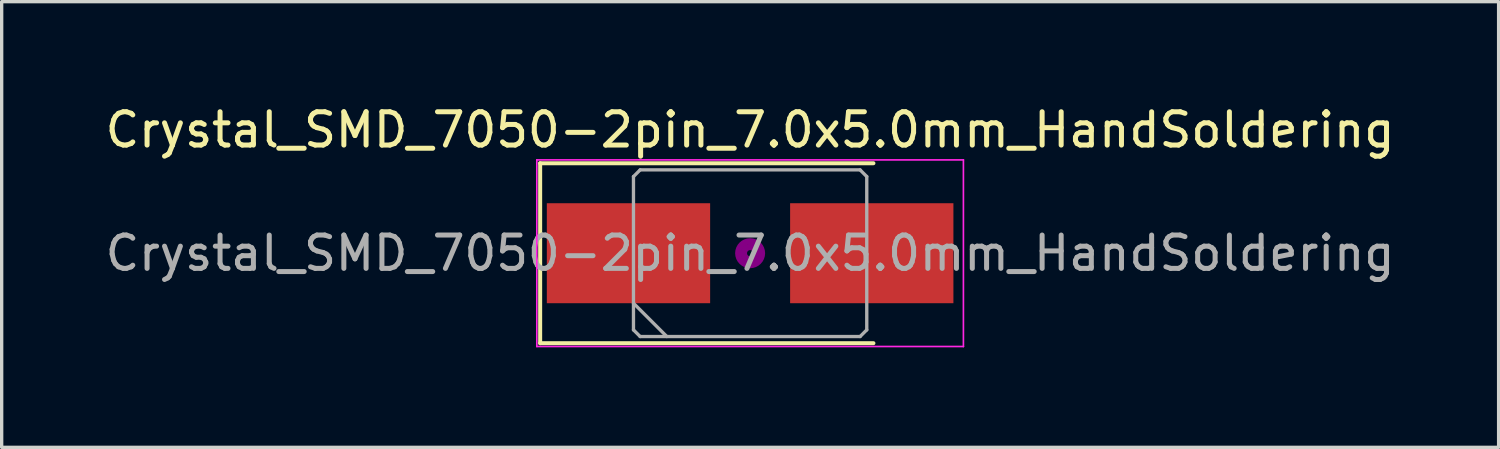
<source format=kicad_pcb>
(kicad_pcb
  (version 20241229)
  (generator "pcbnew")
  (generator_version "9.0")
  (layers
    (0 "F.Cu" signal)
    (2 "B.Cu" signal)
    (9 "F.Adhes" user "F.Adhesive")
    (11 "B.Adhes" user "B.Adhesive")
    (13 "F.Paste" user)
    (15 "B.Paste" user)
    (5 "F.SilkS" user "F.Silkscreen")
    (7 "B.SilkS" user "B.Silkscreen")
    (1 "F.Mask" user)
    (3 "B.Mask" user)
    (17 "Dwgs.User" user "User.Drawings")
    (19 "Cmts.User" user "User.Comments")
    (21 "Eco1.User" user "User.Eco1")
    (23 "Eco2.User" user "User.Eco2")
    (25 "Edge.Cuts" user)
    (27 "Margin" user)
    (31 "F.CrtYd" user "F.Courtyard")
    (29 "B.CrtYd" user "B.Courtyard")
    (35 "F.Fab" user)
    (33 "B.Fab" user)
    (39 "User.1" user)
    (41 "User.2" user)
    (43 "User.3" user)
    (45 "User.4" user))
  (footprint "Crystal_SMD_7050-2pin_7.0x5.0mm_HandSoldering"
    (layer "F.Cu")
    (at 19.458 4.548)
    (property "Reference" "Crystal_SMD_7050-2pin_7.0x5.0mm_HandSoldering" (at 0 -3.7 0) (layer "F.SilkS") (effects (font (size 1 1) (thickness 0.15))))
    (attr smd)
    (fp_line (start -6.3 -2.7) (end -6.3 2.7) (stroke (width 0.12) (type solid)) (layer "F.SilkS"))
    (fp_line (start -6.3 2.7) (end 3.7 2.7) (stroke (width 0.12) (type solid)) (layer "F.SilkS"))
    (fp_line (start 3.7 -2.7) (end -6.3 -2.7) (stroke (width 0.12) (type solid)) (layer "F.SilkS"))
    (fp_circle (center 0 0) (end 0.093 0) (stroke (width 0.187) (type solid)) (fill no) (layer "F.Adhes"))
    (fp_circle (center 0 0) (end 0.213 0) (stroke (width 0.133) (type solid)) (fill no) (layer "F.Adhes"))
    (fp_circle (center 0 0) (end 0.333 0) (stroke (width 0.133) (type solid)) (fill no) (layer "F.Adhes"))
    (fp_circle (center 0 0) (end 0.4 0) (stroke (width 0.1) (type solid)) (fill no) (layer "F.Adhes"))
    (fp_line (start -6.4 -2.8) (end -6.4 2.8) (stroke (width 0.05) (type solid)) (layer "F.CrtYd"))
    (fp_line (start -6.4 2.8) (end 6.4 2.8) (stroke (width 0.05) (type solid)) (layer "F.CrtYd"))
    (fp_line (start 6.4 -2.8) (end -6.4 -2.8) (stroke (width 0.05) (type solid)) (layer "F.CrtYd"))
    (fp_line (start 6.4 2.8) (end 6.4 -2.8) (stroke (width 0.05) (type solid)) (layer "F.CrtYd"))
    (fp_line (start -3.5 -2.3) (end -3.3 -2.5) (stroke (width 0.1) (type solid)) (layer "F.Fab"))
    (fp_line (start -3.5 1.5) (end -2.5 2.5) (stroke (width 0.1) (type solid)) (layer "F.Fab"))
    (fp_line (start -3.5 2.3) (end -3.5 -2.3) (stroke (width 0.1) (type solid)) (layer "F.Fab"))
    (fp_line (start -3.3 -2.5) (end 3.3 -2.5) (stroke (width 0.1) (type solid)) (layer "F.Fab"))
    (fp_line (start -3.3 2.5) (end -3.5 2.3) (stroke (width 0.1) (type solid)) (layer "F.Fab"))
    (fp_line (start 3.3 -2.5) (end 3.5 -2.3) (stroke (width 0.1) (type solid)) (layer "F.Fab"))
    (fp_line (start 3.3 2.5) (end -3.3 2.5) (stroke (width 0.1) (type solid)) (layer "F.Fab"))
    (fp_line (start 3.5 -2.3) (end 3.5 2.3) (stroke (width 0.1) (type solid)) (layer "F.Fab"))
    (fp_line (start 3.5 2.3) (end 3.3 2.5) (stroke (width 0.1) (type solid)) (layer "F.Fab"))
    (fp_text user "${REFERENCE}" (at 0 0 0) (layer "F.Fab") (effects (font (size 1 1) (thickness 0.15))))
    (pad "1" smd rect (at -3.65 0) (size 4.9 3) (layers "F.Cu" "F.Mask" "F.Paste"))
    (pad "2" smd rect (at 3.65 0) (size 4.9 3) (layers "F.Cu" "F.Mask" "F.Paste")))
  (gr_rect
    (start -3 -3)
    (end 41.917 10.373)
    (stroke (width 0.1) (type default))
    (fill no)
    (layer "Edge.Cuts")))
</source>
